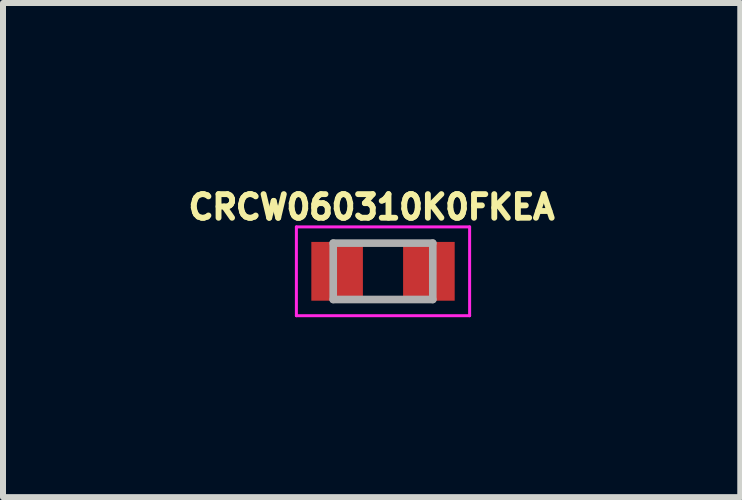
<source format=kicad_pcb>
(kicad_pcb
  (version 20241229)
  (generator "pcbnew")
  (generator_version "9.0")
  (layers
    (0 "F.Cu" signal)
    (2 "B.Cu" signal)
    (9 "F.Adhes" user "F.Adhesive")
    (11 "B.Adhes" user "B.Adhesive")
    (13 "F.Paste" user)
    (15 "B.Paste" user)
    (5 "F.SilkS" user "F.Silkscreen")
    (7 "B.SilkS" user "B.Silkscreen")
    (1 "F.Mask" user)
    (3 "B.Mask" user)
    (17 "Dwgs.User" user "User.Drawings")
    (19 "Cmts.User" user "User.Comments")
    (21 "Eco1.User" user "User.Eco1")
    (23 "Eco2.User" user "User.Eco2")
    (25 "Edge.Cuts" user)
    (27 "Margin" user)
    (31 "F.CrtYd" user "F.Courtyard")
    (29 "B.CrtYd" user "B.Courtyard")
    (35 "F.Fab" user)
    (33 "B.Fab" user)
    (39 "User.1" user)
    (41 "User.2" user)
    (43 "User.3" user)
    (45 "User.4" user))
  (footprint "CRCW060310K0FKEA"
    (layer "F.Cu")
    (at 3.335 1.473)
    (property "Reference" "CRCW060310K0FKEA" (at -0.19 -1.07 0) (layer "F.SilkS") (effects (font (size 0.394 0.394) (thickness 0.098))))
    (attr smd)
    (fp_line (start -1.444 -0.74) (end 1.444 -0.74) (stroke (width 0.05) (type solid)) (layer "F.CrtYd"))
    (fp_line (start -1.444 0.74) (end -1.444 -0.74) (stroke (width 0.05) (type solid)) (layer "F.CrtYd"))
    (fp_line (start -1.444 0.74) (end 1.444 0.74) (stroke (width 0.05) (type solid)) (layer "F.CrtYd"))
    (fp_line (start 1.444 0.74) (end 1.444 -0.74) (stroke (width 0.05) (type solid)) (layer "F.CrtYd"))
    (fp_line (start -0.83 0.47) (end -0.83 -0.47) (stroke (width 0.127) (type solid)) (layer "F.Fab"))
    (fp_line (start 0.83 -0.47) (end -0.83 -0.47) (stroke (width 0.127) (type solid)) (layer "F.Fab"))
    (fp_line (start 0.83 0.47) (end -0.83 0.47) (stroke (width 0.127) (type solid)) (layer "F.Fab"))
    (fp_line (start 0.83 0.47) (end 0.83 -0.47) (stroke (width 0.127) (type solid)) (layer "F.Fab"))
    (pad "1" smd rect (at -0.765 0) (size 0.86 0.98) (layers "F.Cu" "F.Mask" "F.Paste"))
    (pad "2" smd rect (at 0.765 0) (size 0.86 0.98) (layers "F.Cu" "F.Mask" "F.Paste")))
  (gr_rect
    (start -3 -3)
    (end 9.291 5.238)
    (stroke (width 0.1) (type default))
    (fill no)
    (layer "Edge.Cuts")))
</source>
